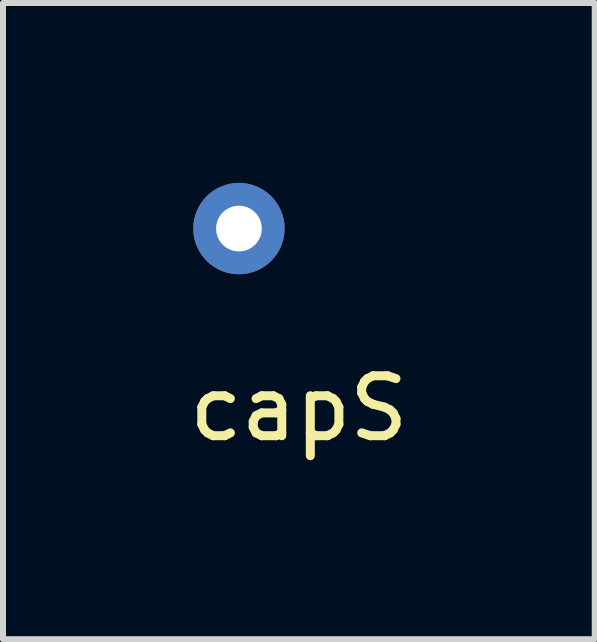
<source format=kicad_pcb>
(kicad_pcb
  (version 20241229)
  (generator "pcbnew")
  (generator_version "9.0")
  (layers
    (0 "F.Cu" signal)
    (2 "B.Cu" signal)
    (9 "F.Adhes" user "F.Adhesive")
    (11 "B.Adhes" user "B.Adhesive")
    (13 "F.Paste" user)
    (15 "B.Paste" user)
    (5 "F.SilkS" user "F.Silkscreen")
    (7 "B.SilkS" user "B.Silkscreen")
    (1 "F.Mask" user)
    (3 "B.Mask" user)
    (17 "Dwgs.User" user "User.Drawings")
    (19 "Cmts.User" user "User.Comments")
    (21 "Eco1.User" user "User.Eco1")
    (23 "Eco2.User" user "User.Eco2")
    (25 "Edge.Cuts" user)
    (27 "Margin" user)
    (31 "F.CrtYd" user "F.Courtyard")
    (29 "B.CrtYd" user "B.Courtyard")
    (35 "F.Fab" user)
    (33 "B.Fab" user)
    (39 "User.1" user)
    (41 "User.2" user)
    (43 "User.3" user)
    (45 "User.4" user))
  (footprint "capS"
    (layer "F.Cu")
    (at 0.935 1.262)
    (property "Reference" "capS" (at 1 2.5 0) (layer "F.SilkS") (effects (font (size 1 1) (thickness 0.15))))
    (attr through_hole)
    (pad "1" thru_hole circle (at 0 -0.5) (size 1.524 1.524) (drill 0.762) (layers "*.Cu" "*.Mask")))
  (gr_rect
    (start -3 -3)
    (end 6.869 7.61)
    (stroke (width 0.1) (type default))
    (fill no)
    (layer "Edge.Cuts")))
</source>
